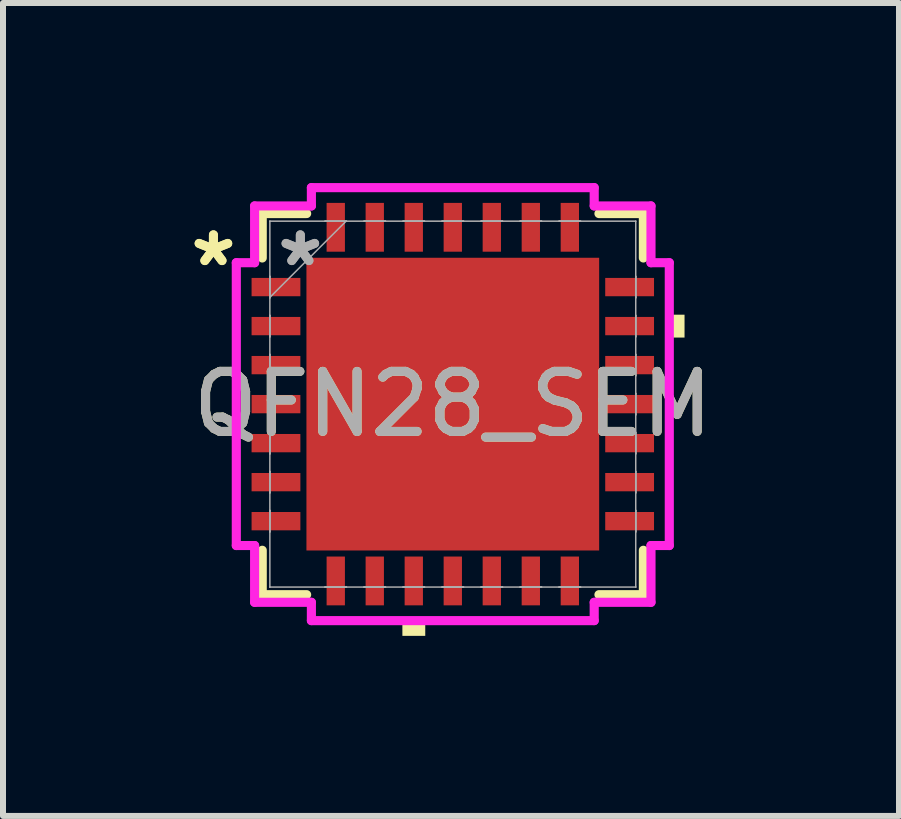
<source format=kicad_pcb>
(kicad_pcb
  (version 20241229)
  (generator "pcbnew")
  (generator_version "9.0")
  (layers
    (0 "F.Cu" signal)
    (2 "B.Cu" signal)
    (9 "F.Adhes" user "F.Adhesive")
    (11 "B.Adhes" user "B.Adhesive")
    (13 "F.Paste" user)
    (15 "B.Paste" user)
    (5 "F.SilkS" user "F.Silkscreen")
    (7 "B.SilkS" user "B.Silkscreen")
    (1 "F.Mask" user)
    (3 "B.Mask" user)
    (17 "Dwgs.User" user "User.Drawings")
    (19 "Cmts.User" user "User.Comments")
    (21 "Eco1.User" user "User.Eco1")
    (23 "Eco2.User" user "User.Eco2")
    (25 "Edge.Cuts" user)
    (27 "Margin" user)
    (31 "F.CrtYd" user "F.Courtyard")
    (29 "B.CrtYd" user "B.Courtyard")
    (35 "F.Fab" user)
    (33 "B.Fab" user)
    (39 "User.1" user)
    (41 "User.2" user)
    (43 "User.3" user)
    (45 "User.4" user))
  (footprint "QFN28_SEM"
    (layer "F.Cu")
    (at 4.494 3.683)
    (property "Reference" "QFN28_SEM" (at 0 0 0) (unlocked yes) (layer "F.SilkS") (effects (font (size 1 1) (thickness 0.15))))
    (attr smd)
    (fp_line (start -3.175 -3.175) (end -3.175 -2.435) (stroke (width 0.152) (type solid)) (layer "F.SilkS"))
    (fp_line (start -3.175 2.435) (end -3.175 3.175) (stroke (width 0.152) (type solid)) (layer "F.SilkS"))
    (fp_line (start -3.175 3.175) (end -2.435 3.175) (stroke (width 0.152) (type solid)) (layer "F.SilkS"))
    (fp_line (start -2.435 -3.175) (end -3.175 -3.175) (stroke (width 0.152) (type solid)) (layer "F.SilkS"))
    (fp_line (start 2.435 3.175) (end 3.175 3.175) (stroke (width 0.152) (type solid)) (layer "F.SilkS"))
    (fp_line (start 3.175 -3.175) (end 2.435 -3.175) (stroke (width 0.152) (type solid)) (layer "F.SilkS"))
    (fp_line (start 3.175 -2.435) (end 3.175 -3.175) (stroke (width 0.152) (type solid)) (layer "F.SilkS"))
    (fp_line (start 3.175 3.175) (end 3.175 2.435) (stroke (width 0.152) (type solid)) (layer "F.SilkS"))
    (fp_poly (pts (xy -0.84 3.607) (xy -0.84 3.861) (xy -0.459 3.861) (xy -0.459 3.607)) (stroke (width 0) (type solid)) (fill yes) (layer "F.SilkS"))
    (fp_poly (pts (xy 3.861 -1.49) (xy 3.861 -1.109) (xy 3.607 -1.109) (xy 3.607 -1.49)) (stroke (width 0) (type solid)) (fill yes) (layer "F.SilkS"))
    (fp_poly (pts (xy -2.338 -2.338) (xy -2.338 -0.913) (xy -0.913 -0.913) (xy -0.913 -2.338)) (stroke (width 0) (type solid)) (fill yes) (layer "F.Paste"))
    (fp_poly (pts (xy -2.338 -0.713) (xy -2.338 0.713) (xy -0.913 0.713) (xy -0.913 -0.713)) (stroke (width 0) (type solid)) (fill yes) (layer "F.Paste"))
    (fp_poly (pts (xy -2.338 0.913) (xy -2.338 2.338) (xy -0.913 2.338) (xy -0.913 0.913)) (stroke (width 0) (type solid)) (fill yes) (layer "F.Paste"))
    (fp_poly (pts (xy -0.713 -2.338) (xy -0.713 -0.913) (xy 0.713 -0.913) (xy 0.713 -2.338)) (stroke (width 0) (type solid)) (fill yes) (layer "F.Paste"))
    (fp_poly (pts (xy -0.713 -0.713) (xy -0.713 0.713) (xy 0.713 0.713) (xy 0.713 -0.713)) (stroke (width 0) (type solid)) (fill yes) (layer "F.Paste"))
    (fp_poly (pts (xy -0.713 0.913) (xy -0.713 2.338) (xy 0.713 2.338) (xy 0.713 0.913)) (stroke (width 0) (type solid)) (fill yes) (layer "F.Paste"))
    (fp_poly (pts (xy 0.913 -2.338) (xy 0.913 -0.913) (xy 2.338 -0.913) (xy 2.338 -2.338)) (stroke (width 0) (type solid)) (fill yes) (layer "F.Paste"))
    (fp_poly (pts (xy 0.913 -0.713) (xy 0.913 0.713) (xy 2.338 0.713) (xy 2.338 -0.713)) (stroke (width 0) (type solid)) (fill yes) (layer "F.Paste"))
    (fp_poly (pts (xy 0.913 0.913) (xy 0.913 2.338) (xy 2.338 2.338) (xy 2.338 0.913)) (stroke (width 0) (type solid)) (fill yes) (layer "F.Paste"))
    (fp_line (start -3.607 -2.356) (end -3.302 -2.356) (stroke (width 0.152) (type solid)) (layer "F.CrtYd"))
    (fp_line (start -3.607 2.356) (end -3.607 -2.356) (stroke (width 0.152) (type solid)) (layer "F.CrtYd"))
    (fp_line (start -3.302 -3.302) (end -2.356 -3.302) (stroke (width 0.152) (type solid)) (layer "F.CrtYd"))
    (fp_line (start -3.302 -2.356) (end -3.302 -3.302) (stroke (width 0.152) (type solid)) (layer "F.CrtYd"))
    (fp_line (start -3.302 2.356) (end -3.607 2.356) (stroke (width 0.152) (type solid)) (layer "F.CrtYd"))
    (fp_line (start -3.302 3.302) (end -3.302 2.356) (stroke (width 0.152) (type solid)) (layer "F.CrtYd"))
    (fp_line (start -2.356 -3.607) (end 2.356 -3.607) (stroke (width 0.152) (type solid)) (layer "F.CrtYd"))
    (fp_line (start -2.356 -3.302) (end -2.356 -3.607) (stroke (width 0.152) (type solid)) (layer "F.CrtYd"))
    (fp_line (start -2.356 3.302) (end -3.302 3.302) (stroke (width 0.152) (type solid)) (layer "F.CrtYd"))
    (fp_line (start -2.356 3.607) (end -2.356 3.302) (stroke (width 0.152) (type solid)) (layer "F.CrtYd"))
    (fp_line (start 2.356 -3.607) (end 2.356 -3.302) (stroke (width 0.152) (type solid)) (layer "F.CrtYd"))
    (fp_line (start 2.356 -3.302) (end 3.302 -3.302) (stroke (width 0.152) (type solid)) (layer "F.CrtYd"))
    (fp_line (start 2.356 3.302) (end 2.356 3.607) (stroke (width 0.152) (type solid)) (layer "F.CrtYd"))
    (fp_line (start 2.356 3.607) (end -2.356 3.607) (stroke (width 0.152) (type solid)) (layer "F.CrtYd"))
    (fp_line (start 3.302 -3.302) (end 3.302 -2.356) (stroke (width 0.152) (type solid)) (layer "F.CrtYd"))
    (fp_line (start 3.302 -2.356) (end 3.607 -2.356) (stroke (width 0.152) (type solid)) (layer "F.CrtYd"))
    (fp_line (start 3.302 2.356) (end 3.302 3.302) (stroke (width 0.152) (type solid)) (layer "F.CrtYd"))
    (fp_line (start 3.302 3.302) (end 2.356 3.302) (stroke (width 0.152) (type solid)) (layer "F.CrtYd"))
    (fp_line (start 3.607 -2.356) (end 3.607 2.356) (stroke (width 0.152) (type solid)) (layer "F.CrtYd"))
    (fp_line (start 3.607 2.356) (end 3.302 2.356) (stroke (width 0.152) (type solid)) (layer "F.CrtYd"))
    (fp_line (start -3.048 -3.048) (end -3.048 -3.048) (stroke (width 0.025) (type solid)) (layer "F.Fab"))
    (fp_line (start -3.048 -3.048) (end -3.048 3.048) (stroke (width 0.025) (type solid)) (layer "F.Fab"))
    (fp_line (start -3.048 -2.128) (end -3.048 -2.128) (stroke (width 0.025) (type solid)) (layer "F.Fab"))
    (fp_line (start -3.048 -2.128) (end -3.048 -1.772) (stroke (width 0.025) (type solid)) (layer "F.Fab"))
    (fp_line (start -3.048 -1.778) (end -1.778 -3.048) (stroke (width 0.025) (type solid)) (layer "F.Fab"))
    (fp_line (start -3.048 -1.772) (end -3.048 -2.128) (stroke (width 0.025) (type solid)) (layer "F.Fab"))
    (fp_line (start -3.048 -1.772) (end -3.048 -1.772) (stroke (width 0.025) (type solid)) (layer "F.Fab"))
    (fp_line (start -3.048 -1.478) (end -3.048 -1.478) (stroke (width 0.025) (type solid)) (layer "F.Fab"))
    (fp_line (start -3.048 -1.478) (end -3.048 -1.122) (stroke (width 0.025) (type solid)) (layer "F.Fab"))
    (fp_line (start -3.048 -1.122) (end -3.048 -1.478) (stroke (width 0.025) (type solid)) (layer "F.Fab"))
    (fp_line (start -3.048 -1.122) (end -3.048 -1.122) (stroke (width 0.025) (type solid)) (layer "F.Fab"))
    (fp_line (start -3.048 -0.828) (end -3.048 -0.828) (stroke (width 0.025) (type solid)) (layer "F.Fab"))
    (fp_line (start -3.048 -0.828) (end -3.048 -0.472) (stroke (width 0.025) (type solid)) (layer "F.Fab"))
    (fp_line (start -3.048 -0.472) (end -3.048 -0.828) (stroke (width 0.025) (type solid)) (layer "F.Fab"))
    (fp_line (start -3.048 -0.472) (end -3.048 -0.472) (stroke (width 0.025) (type solid)) (layer "F.Fab"))
    (fp_line (start -3.048 -0.178) (end -3.048 -0.178) (stroke (width 0.025) (type solid)) (layer "F.Fab"))
    (fp_line (start -3.048 -0.178) (end -3.048 0.178) (stroke (width 0.025) (type solid)) (layer "F.Fab"))
    (fp_line (start -3.048 0.178) (end -3.048 -0.178) (stroke (width 0.025) (type solid)) (layer "F.Fab"))
    (fp_line (start -3.048 0.178) (end -3.048 0.178) (stroke (width 0.025) (type solid)) (layer "F.Fab"))
    (fp_line (start -3.048 0.472) (end -3.048 0.472) (stroke (width 0.025) (type solid)) (layer "F.Fab"))
    (fp_line (start -3.048 0.472) (end -3.048 0.828) (stroke (width 0.025) (type solid)) (layer "F.Fab"))
    (fp_line (start -3.048 0.828) (end -3.048 0.472) (stroke (width 0.025) (type solid)) (layer "F.Fab"))
    (fp_line (start -3.048 0.828) (end -3.048 0.828) (stroke (width 0.025) (type solid)) (layer "F.Fab"))
    (fp_line (start -3.048 1.122) (end -3.048 1.122) (stroke (width 0.025) (type solid)) (layer "F.Fab"))
    (fp_line (start -3.048 1.122) (end -3.048 1.478) (stroke (width 0.025) (type solid)) (layer "F.Fab"))
    (fp_line (start -3.048 1.478) (end -3.048 1.122) (stroke (width 0.025) (type solid)) (layer "F.Fab"))
    (fp_line (start -3.048 1.478) (end -3.048 1.478) (stroke (width 0.025) (type solid)) (layer "F.Fab"))
    (fp_line (start -3.048 1.772) (end -3.048 1.772) (stroke (width 0.025) (type solid)) (layer "F.Fab"))
    (fp_line (start -3.048 1.772) (end -3.048 2.128) (stroke (width 0.025) (type solid)) (layer "F.Fab"))
    (fp_line (start -3.048 2.128) (end -3.048 1.772) (stroke (width 0.025) (type solid)) (layer "F.Fab"))
    (fp_line (start -3.048 2.128) (end -3.048 2.128) (stroke (width 0.025) (type solid)) (layer "F.Fab"))
    (fp_line (start -3.048 3.048) (end -3.048 3.048) (stroke (width 0.025) (type solid)) (layer "F.Fab"))
    (fp_line (start -3.048 3.048) (end 3.048 3.048) (stroke (width 0.025) (type solid)) (layer "F.Fab"))
    (fp_line (start -2.128 -3.048) (end -2.128 -3.048) (stroke (width 0.025) (type solid)) (layer "F.Fab"))
    (fp_line (start -2.128 -3.048) (end -1.772 -3.048) (stroke (width 0.025) (type solid)) (layer "F.Fab"))
    (fp_line (start -2.128 3.048) (end -2.128 3.048) (stroke (width 0.025) (type solid)) (layer "F.Fab"))
    (fp_line (start -2.128 3.048) (end -1.772 3.048) (stroke (width 0.025) (type solid)) (layer "F.Fab"))
    (fp_line (start -1.772 -3.048) (end -2.128 -3.048) (stroke (width 0.025) (type solid)) (layer "F.Fab"))
    (fp_line (start -1.772 -3.048) (end -1.772 -3.048) (stroke (width 0.025) (type solid)) (layer "F.Fab"))
    (fp_line (start -1.772 3.048) (end -2.128 3.048) (stroke (width 0.025) (type solid)) (layer "F.Fab"))
    (fp_line (start -1.772 3.048) (end -1.772 3.048) (stroke (width 0.025) (type solid)) (layer "F.Fab"))
    (fp_line (start -1.478 -3.048) (end -1.478 -3.048) (stroke (width 0.025) (type solid)) (layer "F.Fab"))
    (fp_line (start -1.478 -3.048) (end -1.122 -3.048) (stroke (width 0.025) (type solid)) (layer "F.Fab"))
    (fp_line (start -1.478 3.048) (end -1.478 3.048) (stroke (width 0.025) (type solid)) (layer "F.Fab"))
    (fp_line (start -1.478 3.048) (end -1.122 3.048) (stroke (width 0.025) (type solid)) (layer "F.Fab"))
    (fp_line (start -1.122 -3.048) (end -1.478 -3.048) (stroke (width 0.025) (type solid)) (layer "F.Fab"))
    (fp_line (start -1.122 -3.048) (end -1.122 -3.048) (stroke (width 0.025) (type solid)) (layer "F.Fab"))
    (fp_line (start -1.122 3.048) (end -1.478 3.048) (stroke (width 0.025) (type solid)) (layer "F.Fab"))
    (fp_line (start -1.122 3.048) (end -1.122 3.048) (stroke (width 0.025) (type solid)) (layer "F.Fab"))
    (fp_line (start -0.828 -3.048) (end -0.828 -3.048) (stroke (width 0.025) (type solid)) (layer "F.Fab"))
    (fp_line (start -0.828 -3.048) (end -0.472 -3.048) (stroke (width 0.025) (type solid)) (layer "F.Fab"))
    (fp_line (start -0.828 3.048) (end -0.828 3.048) (stroke (width 0.025) (type solid)) (layer "F.Fab"))
    (fp_line (start -0.828 3.048) (end -0.472 3.048) (stroke (width 0.025) (type solid)) (layer "F.Fab"))
    (fp_line (start -0.472 -3.048) (end -0.828 -3.048) (stroke (width 0.025) (type solid)) (layer "F.Fab"))
    (fp_line (start -0.472 -3.048) (end -0.472 -3.048) (stroke (width 0.025) (type solid)) (layer "F.Fab"))
    (fp_line (start -0.472 3.048) (end -0.828 3.048) (stroke (width 0.025) (type solid)) (layer "F.Fab"))
    (fp_line (start -0.472 3.048) (end -0.472 3.048) (stroke (width 0.025) (type solid)) (layer "F.Fab"))
    (fp_line (start -0.178 -3.048) (end -0.178 -3.048) (stroke (width 0.025) (type solid)) (layer "F.Fab"))
    (fp_line (start -0.178 -3.048) (end 0.178 -3.048) (stroke (width 0.025) (type solid)) (layer "F.Fab"))
    (fp_line (start -0.178 3.048) (end -0.178 3.048) (stroke (width 0.025) (type solid)) (layer "F.Fab"))
    (fp_line (start -0.178 3.048) (end 0.178 3.048) (stroke (width 0.025) (type solid)) (layer "F.Fab"))
    (fp_line (start 0.178 -3.048) (end -0.178 -3.048) (stroke (width 0.025) (type solid)) (layer "F.Fab"))
    (fp_line (start 0.178 -3.048) (end 0.178 -3.048) (stroke (width 0.025) (type solid)) (layer "F.Fab"))
    (fp_line (start 0.178 3.048) (end -0.178 3.048) (stroke (width 0.025) (type solid)) (layer "F.Fab"))
    (fp_line (start 0.178 3.048) (end 0.178 3.048) (stroke (width 0.025) (type solid)) (layer "F.Fab"))
    (fp_line (start 0.472 -3.048) (end 0.472 -3.048) (stroke (width 0.025) (type solid)) (layer "F.Fab"))
    (fp_line (start 0.472 -3.048) (end 0.828 -3.048) (stroke (width 0.025) (type solid)) (layer "F.Fab"))
    (fp_line (start 0.472 3.048) (end 0.472 3.048) (stroke (width 0.025) (type solid)) (layer "F.Fab"))
    (fp_line (start 0.472 3.048) (end 0.828 3.048) (stroke (width 0.025) (type solid)) (layer "F.Fab"))
    (fp_line (start 0.828 -3.048) (end 0.472 -3.048) (stroke (width 0.025) (type solid)) (layer "F.Fab"))
    (fp_line (start 0.828 -3.048) (end 0.828 -3.048) (stroke (width 0.025) (type solid)) (layer "F.Fab"))
    (fp_line (start 0.828 3.048) (end 0.472 3.048) (stroke (width 0.025) (type solid)) (layer "F.Fab"))
    (fp_line (start 0.828 3.048) (end 0.828 3.048) (stroke (width 0.025) (type solid)) (layer "F.Fab"))
    (fp_line (start 1.122 -3.048) (end 1.122 -3.048) (stroke (width 0.025) (type solid)) (layer "F.Fab"))
    (fp_line (start 1.122 -3.048) (end 1.478 -3.048) (stroke (width 0.025) (type solid)) (layer "F.Fab"))
    (fp_line (start 1.122 3.048) (end 1.122 3.048) (stroke (width 0.025) (type solid)) (layer "F.Fab"))
    (fp_line (start 1.122 3.048) (end 1.478 3.048) (stroke (width 0.025) (type solid)) (layer "F.Fab"))
    (fp_line (start 1.478 -3.048) (end 1.122 -3.048) (stroke (width 0.025) (type solid)) (layer "F.Fab"))
    (fp_line (start 1.478 -3.048) (end 1.478 -3.048) (stroke (width 0.025) (type solid)) (layer "F.Fab"))
    (fp_line (start 1.478 3.048) (end 1.122 3.048) (stroke (width 0.025) (type solid)) (layer "F.Fab"))
    (fp_line (start 1.478 3.048) (end 1.478 3.048) (stroke (width 0.025) (type solid)) (layer "F.Fab"))
    (fp_line (start 1.772 -3.048) (end 1.772 -3.048) (stroke (width 0.025) (type solid)) (layer "F.Fab"))
    (fp_line (start 1.772 -3.048) (end 2.128 -3.048) (stroke (width 0.025) (type solid)) (layer "F.Fab"))
    (fp_line (start 1.772 3.048) (end 1.772 3.048) (stroke (width 0.025) (type solid)) (layer "F.Fab"))
    (fp_line (start 1.772 3.048) (end 2.128 3.048) (stroke (width 0.025) (type solid)) (layer "F.Fab"))
    (fp_line (start 2.128 -3.048) (end 1.772 -3.048) (stroke (width 0.025) (type solid)) (layer "F.Fab"))
    (fp_line (start 2.128 -3.048) (end 2.128 -3.048) (stroke (width 0.025) (type solid)) (layer "F.Fab"))
    (fp_line (start 2.128 3.048) (end 1.772 3.048) (stroke (width 0.025) (type solid)) (layer "F.Fab"))
    (fp_line (start 2.128 3.048) (end 2.128 3.048) (stroke (width 0.025) (type solid)) (layer "F.Fab"))
    (fp_line (start 3.048 -3.048) (end -3.048 -3.048) (stroke (width 0.025) (type solid)) (layer "F.Fab"))
    (fp_line (start 3.048 -3.048) (end 3.048 -3.048) (stroke (width 0.025) (type solid)) (layer "F.Fab"))
    (fp_line (start 3.048 -2.128) (end 3.048 -2.128) (stroke (width 0.025) (type solid)) (layer "F.Fab"))
    (fp_line (start 3.048 -2.128) (end 3.048 -1.772) (stroke (width 0.025) (type solid)) (layer "F.Fab"))
    (fp_line (start 3.048 -1.772) (end 3.048 -2.128) (stroke (width 0.025) (type solid)) (layer "F.Fab"))
    (fp_line (start 3.048 -1.772) (end 3.048 -1.772) (stroke (width 0.025) (type solid)) (layer "F.Fab"))
    (fp_line (start 3.048 -1.478) (end 3.048 -1.478) (stroke (width 0.025) (type solid)) (layer "F.Fab"))
    (fp_line (start 3.048 -1.478) (end 3.048 -1.122) (stroke (width 0.025) (type solid)) (layer "F.Fab"))
    (fp_line (start 3.048 -1.122) (end 3.048 -1.478) (stroke (width 0.025) (type solid)) (layer "F.Fab"))
    (fp_line (start 3.048 -1.122) (end 3.048 -1.122) (stroke (width 0.025) (type solid)) (layer "F.Fab"))
    (fp_line (start 3.048 -0.828) (end 3.048 -0.828) (stroke (width 0.025) (type solid)) (layer "F.Fab"))
    (fp_line (start 3.048 -0.828) (end 3.048 -0.472) (stroke (width 0.025) (type solid)) (layer "F.Fab"))
    (fp_line (start 3.048 -0.472) (end 3.048 -0.828) (stroke (width 0.025) (type solid)) (layer "F.Fab"))
    (fp_line (start 3.048 -0.472) (end 3.048 -0.472) (stroke (width 0.025) (type solid)) (layer "F.Fab"))
    (fp_line (start 3.048 -0.178) (end 3.048 -0.178) (stroke (width 0.025) (type solid)) (layer "F.Fab"))
    (fp_line (start 3.048 -0.178) (end 3.048 0.178) (stroke (width 0.025) (type solid)) (layer "F.Fab"))
    (fp_line (start 3.048 0.178) (end 3.048 -0.178) (stroke (width 0.025) (type solid)) (layer "F.Fab"))
    (fp_line (start 3.048 0.178) (end 3.048 0.178) (stroke (width 0.025) (type solid)) (layer "F.Fab"))
    (fp_line (start 3.048 0.472) (end 3.048 0.472) (stroke (width 0.025) (type solid)) (layer "F.Fab"))
    (fp_line (start 3.048 0.472) (end 3.048 0.828) (stroke (width 0.025) (type solid)) (layer "F.Fab"))
    (fp_line (start 3.048 0.828) (end 3.048 0.472) (stroke (width 0.025) (type solid)) (layer "F.Fab"))
    (fp_line (start 3.048 0.828) (end 3.048 0.828) (stroke (width 0.025) (type solid)) (layer "F.Fab"))
    (fp_line (start 3.048 1.122) (end 3.048 1.122) (stroke (width 0.025) (type solid)) (layer "F.Fab"))
    (fp_line (start 3.048 1.122) (end 3.048 1.478) (stroke (width 0.025) (type solid)) (layer "F.Fab"))
    (fp_line (start 3.048 1.478) (end 3.048 1.122) (stroke (width 0.025) (type solid)) (layer "F.Fab"))
    (fp_line (start 3.048 1.478) (end 3.048 1.478) (stroke (width 0.025) (type solid)) (layer "F.Fab"))
    (fp_line (start 3.048 1.772) (end 3.048 1.772) (stroke (width 0.025) (type solid)) (layer "F.Fab"))
    (fp_line (start 3.048 1.772) (end 3.048 2.128) (stroke (width 0.025) (type solid)) (layer "F.Fab"))
    (fp_line (start 3.048 2.128) (end 3.048 1.772) (stroke (width 0.025) (type solid)) (layer "F.Fab"))
    (fp_line (start 3.048 2.128) (end 3.048 2.128) (stroke (width 0.025) (type solid)) (layer "F.Fab"))
    (fp_line (start 3.048 3.048) (end 3.048 -3.048) (stroke (width 0.025) (type solid)) (layer "F.Fab"))
    (fp_line (start 3.048 3.048) (end 3.048 3.048) (stroke (width 0.025) (type solid)) (layer "F.Fab"))
    (fp_text user "*" (at -3.988 -2.275 0) (layer "F.SilkS") (effects (font (size 1 1) (thickness 0.15))))
    (fp_text user "*" (at -3.988 -2.275 0) (unlocked yes) (layer "F.SilkS") (effects (font (size 1 1) (thickness 0.15))))
    (fp_text user "*" (at -2.54 -2.275 0) (unlocked yes) (layer "F.Fab") (effects (font (size 1 1) (thickness 0.15))))
    (fp_text user "${REFERENCE}" (at 0 0 0) (unlocked yes) (layer "F.Fab") (effects (font (size 1 1) (thickness 0.15))))
    (fp_text user "*" (at -2.54 -2.275 0) (layer "F.Fab") (effects (font (size 1 1) (thickness 0.15))))
    (pad "1" smd rect (at -2.946 -1.95 90) (size 0.305 0.813) (layers "F.Cu" "F.Mask" "F.Paste"))
    (pad "2" smd rect (at -2.946 -1.3 90) (size 0.305 0.813) (layers "F.Cu" "F.Mask" "F.Paste"))
    (pad "3" smd rect (at -2.946 -0.65 90) (size 0.305 0.813) (layers "F.Cu" "F.Mask" "F.Paste"))
    (pad "4" smd rect (at -2.946 0 90) (size 0.305 0.813) (layers "F.Cu" "F.Mask" "F.Paste"))
    (pad "5" smd rect (at -2.946 0.65 90) (size 0.305 0.813) (layers "F.Cu" "F.Mask" "F.Paste"))
    (pad "6" smd rect (at -2.946 1.3 90) (size 0.305 0.813) (layers "F.Cu" "F.Mask" "F.Paste"))
    (pad "7" smd rect (at -2.946 1.95 90) (size 0.305 0.813) (layers "F.Cu" "F.Mask" "F.Paste"))
    (pad "8" smd rect (at -1.95 2.946) (size 0.305 0.813) (layers "F.Cu" "F.Mask" "F.Paste"))
    (pad "9" smd rect (at -1.3 2.946) (size 0.305 0.813) (layers "F.Cu" "F.Mask" "F.Paste"))
    (pad "10" smd rect (at -0.65 2.946) (size 0.305 0.813) (layers "F.Cu" "F.Mask" "F.Paste"))
    (pad "11" smd rect (at 0 2.946) (size 0.305 0.813) (layers "F.Cu" "F.Mask" "F.Paste"))
    (pad "12" smd rect (at 0.65 2.946) (size 0.305 0.813) (layers "F.Cu" "F.Mask" "F.Paste"))
    (pad "13" smd rect (at 1.3 2.946) (size 0.305 0.813) (layers "F.Cu" "F.Mask" "F.Paste"))
    (pad "14" smd rect (at 1.95 2.946) (size 0.305 0.813) (layers "F.Cu" "F.Mask" "F.Paste"))
    (pad "15" smd rect (at 2.946 1.95 90) (size 0.305 0.813) (layers "F.Cu" "F.Mask" "F.Paste"))
    (pad "16" smd rect (at 2.946 1.3 90) (size 0.305 0.813) (layers "F.Cu" "F.Mask" "F.Paste"))
    (pad "17" smd rect (at 2.946 0.65 90) (size 0.305 0.813) (layers "F.Cu" "F.Mask" "F.Paste"))
    (pad "18" smd rect (at 2.946 0 90) (size 0.305 0.813) (layers "F.Cu" "F.Mask" "F.Paste"))
    (pad "19" smd rect (at 2.946 -0.65 90) (size 0.305 0.813) (layers "F.Cu" "F.Mask" "F.Paste"))
    (pad "20" smd rect (at 2.946 -1.3 90) (size 0.305 0.813) (layers "F.Cu" "F.Mask" "F.Paste"))
    (pad "21" smd rect (at 2.946 -1.95 90) (size 0.305 0.813) (layers "F.Cu" "F.Mask" "F.Paste"))
    (pad "22" smd rect (at 1.95 -2.946) (size 0.305 0.813) (layers "F.Cu" "F.Mask" "F.Paste"))
    (pad "23" smd rect (at 1.3 -2.946) (size 0.305 0.813) (layers "F.Cu" "F.Mask" "F.Paste"))
    (pad "24" smd rect (at 0.65 -2.946) (size 0.305 0.813) (layers "F.Cu" "F.Mask" "F.Paste"))
    (pad "25" smd rect (at 0 -2.946) (size 0.305 0.813) (layers "F.Cu" "F.Mask" "F.Paste"))
    (pad "26" smd rect (at -0.65 -2.946) (size 0.305 0.813) (layers "F.Cu" "F.Mask" "F.Paste"))
    (pad "27" smd rect (at -1.3 -2.946) (size 0.305 0.813) (layers "F.Cu" "F.Mask" "F.Paste"))
    (pad "28" smd rect (at -1.95 -2.946) (size 0.305 0.813) (layers "F.Cu" "F.Mask" "F.Paste"))
    (pad "29" smd rect (at 0 0) (size 4.877 4.877) (layers "F.Cu" "F.Mask" "F.Paste")))
  (gr_rect
    (start -3 -3)
    (end 11.928 10.544)
    (stroke (width 0.1) (type default))
    (fill no)
    (layer "Edge.Cuts")))
</source>
